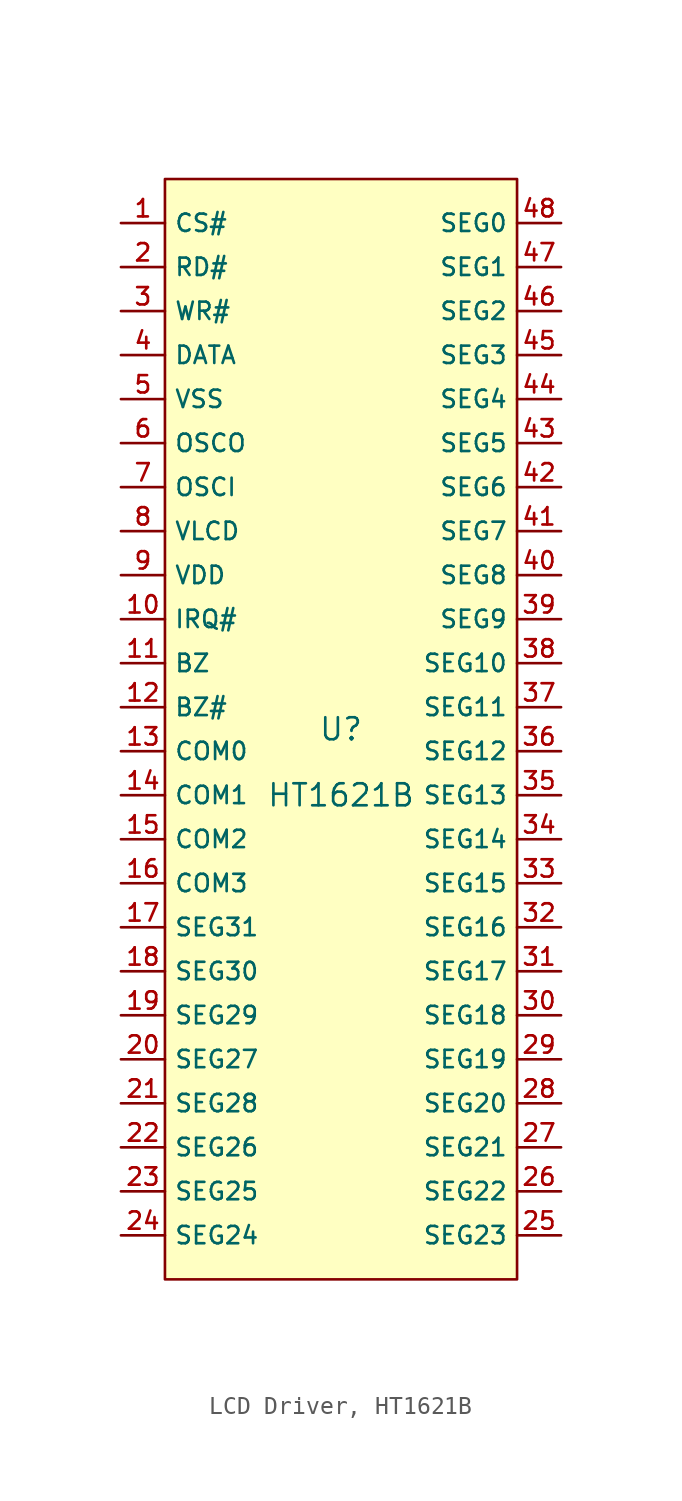
<source format=kicad_sym>
(kicad_symbol_lib
  (version 20231120)
  (generator "kicad_symbol_editor")
  (generator_version "8.0")
  (symbol "LCD Driver, HT1621B"
    (property "Reference" "U"
      (at 0 1.27 0)
      (effects (font (size 1.27 1.27))))
    (property "Value" "HT1621B"
      (at 0 -2.54 0)
      (effects (font (size 1.27 1.27))))
    (symbol "LCD Driver, HT1621B_0_1"
      (rectangle (start -10.16 33.02) (end 10.16 -30.48) (stroke (width 0) (type default)) (fill (type background)))
      (pin unspecified line (at -12.7 30.48 0) (length 2.54) (name "CS#" (effects (font (size 1 1)))) (number "1" (effects (font (size 1 1)))))
      (pin unspecified line (at -12.7 7.62 0) (length 2.54) (name "IRQ#" (effects (font (size 1 1)))) (number "10" (effects (font (size 1 1)))))
      (pin unspecified line (at -12.7 5.08 0) (length 2.54) (name "BZ" (effects (font (size 1 1)))) (number "11" (effects (font (size 1 1)))))
      (pin unspecified line (at -12.7 2.54 0) (length 2.54) (name "BZ#" (effects (font (size 1 1)))) (number "12" (effects (font (size 1 1)))))
      (pin unspecified line (at -12.7 0 0) (length 2.54) (name "COM0" (effects (font (size 1 1)))) (number "13" (effects (font (size 1 1)))))
      (pin unspecified line (at -12.7 -2.54 0) (length 2.54) (name "COM1" (effects (font (size 1 1)))) (number "14" (effects (font (size 1 1)))))
      (pin unspecified line (at -12.7 -5.08 0) (length 2.54) (name "COM2" (effects (font (size 1 1)))) (number "15" (effects (font (size 1 1)))))
      (pin unspecified line (at -12.7 -7.62 0) (length 2.54) (name "COM3" (effects (font (size 1 1)))) (number "16" (effects (font (size 1 1)))))
      (pin unspecified line (at -12.7 -10.16 0) (length 2.54) (name "SEG31" (effects (font (size 1 1)))) (number "17" (effects (font (size 1 1)))))
      (pin unspecified line (at -12.7 -12.7 0) (length 2.54) (name "SEG30" (effects (font (size 1 1)))) (number "18" (effects (font (size 1 1)))))
      (pin unspecified line (at -12.7 -15.24 0) (length 2.54) (name "SEG29" (effects (font (size 1 1)))) (number "19" (effects (font (size 1 1)))))
      (pin unspecified line (at -12.7 27.94 0) (length 2.54) (name "RD#" (effects (font (size 1 1)))) (number "2" (effects (font (size 1 1)))))
      (pin unspecified line (at -12.7 -17.78 0) (length 2.54) (name "SEG27" (effects (font (size 1 1)))) (number "20" (effects (font (size 1 1)))))
      (pin unspecified line (at -12.7 -20.32 0) (length 2.54) (name "SEG28" (effects (font (size 1 1)))) (number "21" (effects (font (size 1 1)))))
      (pin unspecified line (at -12.7 -22.86 0) (length 2.54) (name "SEG26" (effects (font (size 1 1)))) (number "22" (effects (font (size 1 1)))))
      (pin unspecified line (at -12.7 -25.4 0) (length 2.54) (name "SEG25" (effects (font (size 1 1)))) (number "23" (effects (font (size 1 1)))))
      (pin unspecified line (at -12.7 -27.94 0) (length 2.54) (name "SEG24" (effects (font (size 1 1)))) (number "24" (effects (font (size 1 1)))))
      (pin unspecified line (at 12.7 -27.94 180) (length 2.54) (name "SEG23" (effects (font (size 1 1)))) (number "25" (effects (font (size 1 1)))))
      (pin unspecified line (at 12.7 -25.4 180) (length 2.54) (name "SEG22" (effects (font (size 1 1)))) (number "26" (effects (font (size 1 1)))))
      (pin unspecified line (at 12.7 -22.86 180) (length 2.54) (name "SEG21" (effects (font (size 1 1)))) (number "27" (effects (font (size 1 1)))))
      (pin unspecified line (at 12.7 -20.32 180) (length 2.54) (name "SEG20" (effects (font (size 1 1)))) (number "28" (effects (font (size 1 1)))))
      (pin unspecified line (at 12.7 -17.78 180) (length 2.54) (name "SEG19" (effects (font (size 1 1)))) (number "29" (effects (font (size 1 1)))))
      (pin unspecified line (at -12.7 25.4 0) (length 2.54) (name "WR#" (effects (font (size 1 1)))) (number "3" (effects (font (size 1 1)))))
      (pin unspecified line (at 12.7 -15.24 180) (length 2.54) (name "SEG18" (effects (font (size 1 1)))) (number "30" (effects (font (size 1 1)))))
      (pin unspecified line (at 12.7 -12.7 180) (length 2.54) (name "SEG17" (effects (font (size 1 1)))) (number "31" (effects (font (size 1 1)))))
      (pin unspecified line (at 12.7 -10.16 180) (length 2.54) (name "SEG16" (effects (font (size 1 1)))) (number "32" (effects (font (size 1 1)))))
      (pin unspecified line (at 12.7 -7.62 180) (length 2.54) (name "SEG15" (effects (font (size 1 1)))) (number "33" (effects (font (size 1 1)))))
      (pin unspecified line (at 12.7 -5.08 180) (length 2.54) (name "SEG14" (effects (font (size 1 1)))) (number "34" (effects (font (size 1 1)))))
      (pin unspecified line (at 12.7 -2.54 180) (length 2.54) (name "SEG13" (effects (font (size 1 1)))) (number "35" (effects (font (size 1 1)))))
      (pin unspecified line (at 12.7 0 180) (length 2.54) (name "SEG12" (effects (font (size 1 1)))) (number "36" (effects (font (size 1 1)))))
      (pin unspecified line (at 12.7 2.54 180) (length 2.54) (name "SEG11" (effects (font (size 1 1)))) (number "37" (effects (font (size 1 1)))))
      (pin unspecified line (at 12.7 5.08 180) (length 2.54) (name "SEG10" (effects (font (size 1 1)))) (number "38" (effects (font (size 1 1)))))
      (pin unspecified line (at 12.7 7.62 180) (length 2.54) (name "SEG9" (effects (font (size 1 1)))) (number "39" (effects (font (size 1 1)))))
      (pin unspecified line (at -12.7 22.86 0) (length 2.54) (name "DATA" (effects (font (size 1 1)))) (number "4" (effects (font (size 1 1)))))
      (pin unspecified line (at 12.7 10.16 180) (length 2.54) (name "SEG8" (effects (font (size 1 1)))) (number "40" (effects (font (size 1 1)))))
      (pin unspecified line (at 12.7 12.7 180) (length 2.54) (name "SEG7" (effects (font (size 1 1)))) (number "41" (effects (font (size 1 1)))))
      (pin unspecified line (at 12.7 15.24 180) (length 2.54) (name "SEG6" (effects (font (size 1 1)))) (number "42" (effects (font (size 1 1)))))
      (pin unspecified line (at 12.7 17.78 180) (length 2.54) (name "SEG5" (effects (font (size 1 1)))) (number "43" (effects (font (size 1 1)))))
      (pin unspecified line (at 12.7 20.32 180) (length 2.54) (name "SEG4" (effects (font (size 1 1)))) (number "44" (effects (font (size 1 1)))))
      (pin unspecified line (at 12.7 22.86 180) (length 2.54) (name "SEG3" (effects (font (size 1 1)))) (number "45" (effects (font (size 1 1)))))
      (pin unspecified line (at 12.7 25.4 180) (length 2.54) (name "SEG2" (effects (font (size 1 1)))) (number "46" (effects (font (size 1 1)))))
      (pin unspecified line (at 12.7 27.94 180) (length 2.54) (name "SEG1" (effects (font (size 1 1)))) (number "47" (effects (font (size 1 1)))))
      (pin unspecified line (at 12.7 30.48 180) (length 2.54) (name "SEG0" (effects (font (size 1 1)))) (number "48" (effects (font (size 1 1)))))
      (pin unspecified line (at -12.7 20.32 0) (length 2.54) (name "VSS" (effects (font (size 1 1)))) (number "5" (effects (font (size 1 1)))))
      (pin unspecified line (at -12.7 17.78 0) (length 2.54) (name "OSCO" (effects (font (size 1 1)))) (number "6" (effects (font (size 1 1)))))
      (pin unspecified line (at -12.7 15.24 0) (length 2.54) (name "OSCI" (effects (font (size 1 1)))) (number "7" (effects (font (size 1 1)))))
      (pin unspecified line (at -12.7 12.7 0) (length 2.54) (name "VLCD" (effects (font (size 1 1)))) (number "8" (effects (font (size 1 1)))))
      (pin unspecified line (at -12.7 10.16 0) (length 2.54) (name "VDD" (effects (font (size 1 1)))) (number "9" (effects (font (size 1 1))))))))
</source>
